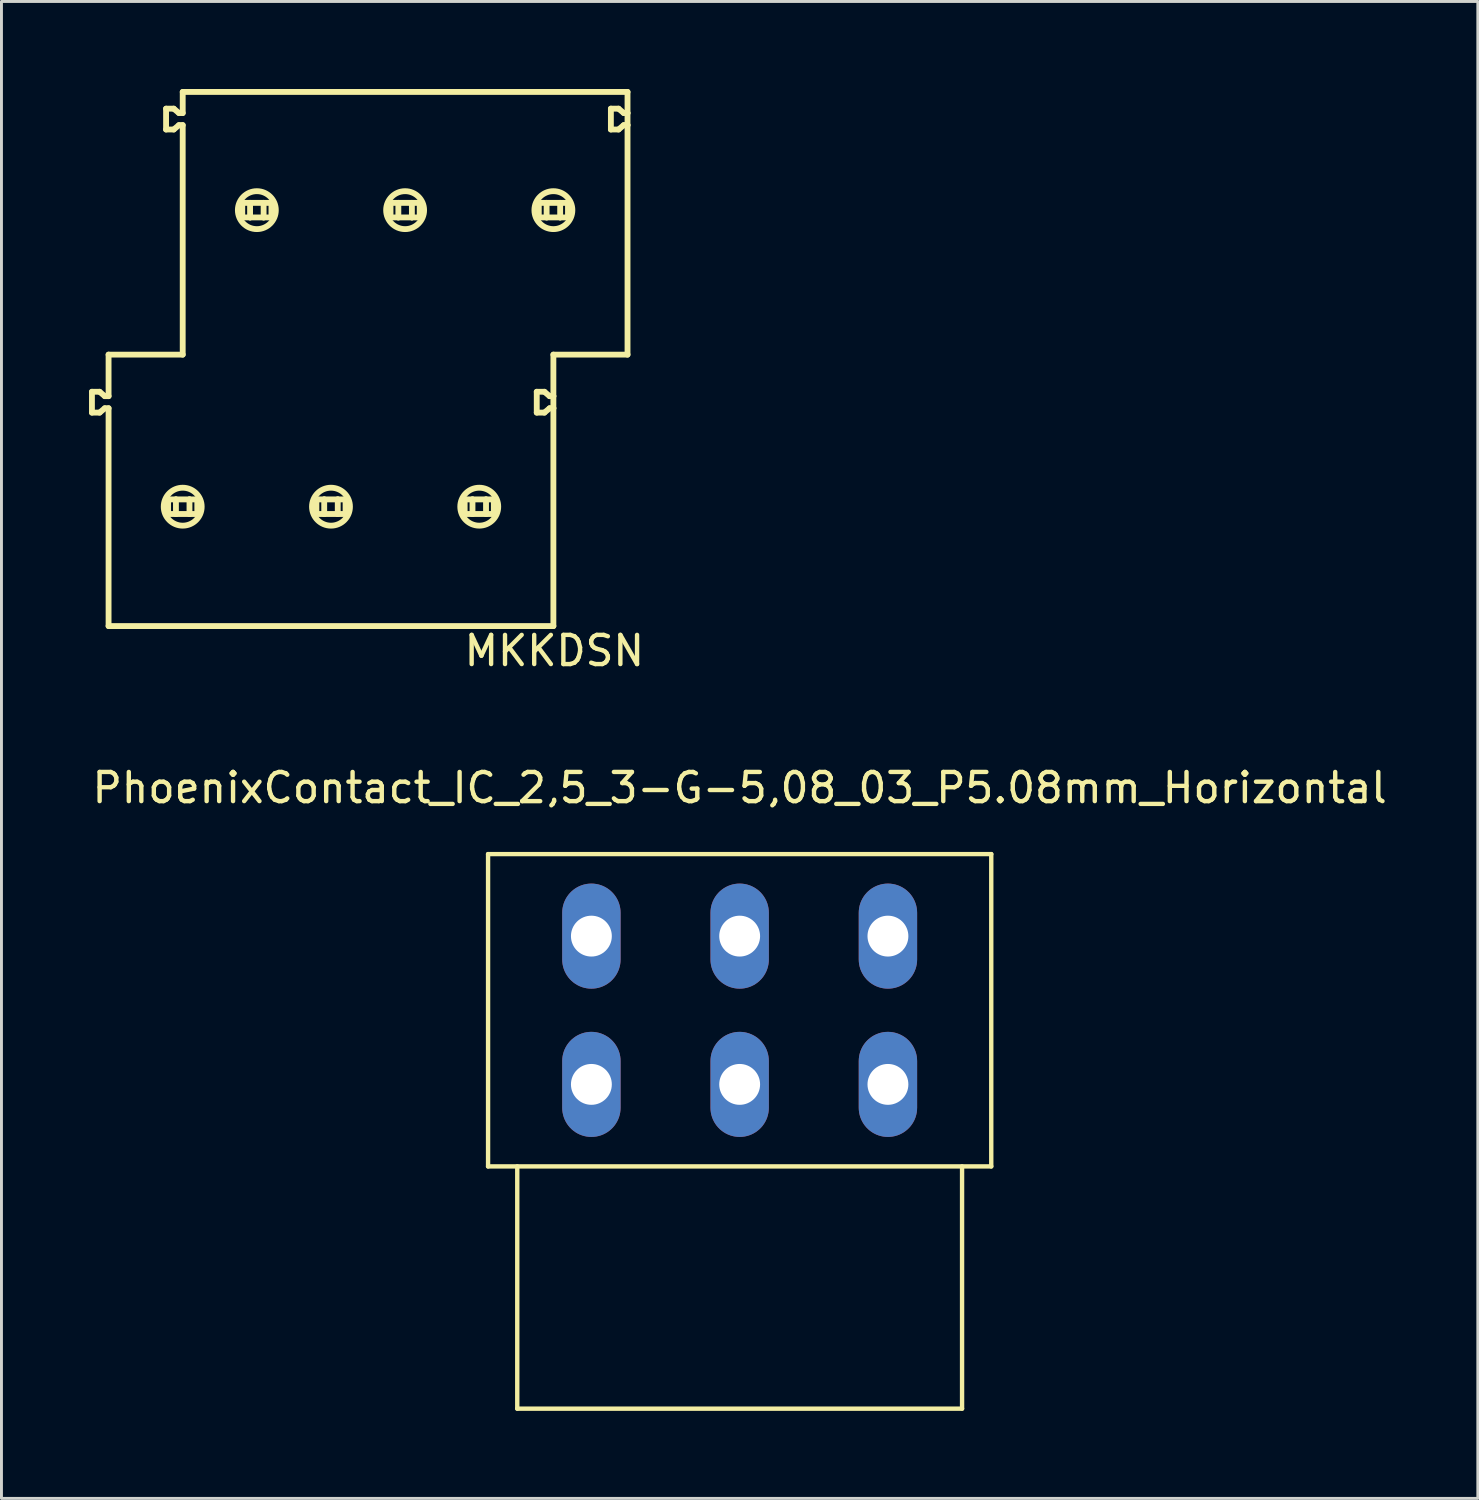
<source format=kicad_pcb>
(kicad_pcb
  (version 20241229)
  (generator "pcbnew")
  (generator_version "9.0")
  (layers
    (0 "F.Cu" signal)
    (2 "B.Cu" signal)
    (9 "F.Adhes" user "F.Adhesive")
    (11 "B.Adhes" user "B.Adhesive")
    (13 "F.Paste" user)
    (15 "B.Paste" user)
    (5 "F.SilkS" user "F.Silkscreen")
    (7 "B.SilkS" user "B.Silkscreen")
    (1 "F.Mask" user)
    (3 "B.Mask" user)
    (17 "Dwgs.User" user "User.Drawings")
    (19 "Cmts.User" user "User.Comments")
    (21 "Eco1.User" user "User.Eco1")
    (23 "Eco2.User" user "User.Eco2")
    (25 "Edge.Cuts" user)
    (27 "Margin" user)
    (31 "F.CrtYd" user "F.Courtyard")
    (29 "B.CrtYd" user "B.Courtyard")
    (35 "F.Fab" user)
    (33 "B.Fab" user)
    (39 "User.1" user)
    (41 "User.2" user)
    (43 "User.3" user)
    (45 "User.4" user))
  (footprint "MKKDSN"
    (layer "F.Cu")
    (at 10.863 9.087)
    (property "Reference" "MKKDSN" (at 5.08 10.16 0) (layer "F.SilkS") (effects (font (size 1 1) (thickness 0.15))))
    (attr through_hole)
    (fp_line (start -10.763 1.286) (end -10.763 2) (stroke (width 0.2) (type solid)) (layer "F.SilkS"))
    (fp_line (start -10.763 2) (end -10.5 2) (stroke (width 0.2) (type solid)) (layer "F.SilkS"))
    (fp_line (start -10.5 1.286) (end -10.763 1.286) (stroke (width 0.2) (type solid)) (layer "F.SilkS"))
    (fp_line (start -10.5 2) (end -10.322 1.85) (stroke (width 0.2) (type solid)) (layer "F.SilkS"))
    (fp_line (start -10.322 1.436) (end -10.5 1.286) (stroke (width 0.2) (type solid)) (layer "F.SilkS"))
    (fp_line (start -10.322 1.85) (end -10.193 1.85) (stroke (width 0.2) (type solid)) (layer "F.SilkS"))
    (fp_line (start -10.193 0.013) (end -7.653 0.013) (stroke (width 0.2) (type solid)) (layer "F.SilkS"))
    (fp_line (start -10.193 1.436) (end -10.322 1.436) (stroke (width 0.2) (type solid)) (layer "F.SilkS"))
    (fp_line (start -10.193 1.436) (end -10.193 0.013) (stroke (width 0.2) (type solid)) (layer "F.SilkS"))
    (fp_line (start -10.193 9.313) (end -10.193 1.85) (stroke (width 0.2) (type solid)) (layer "F.SilkS"))
    (fp_line (start -10.193 9.313) (end 5.047 9.313) (stroke (width 0.2) (type solid)) (layer "F.SilkS"))
    (fp_line (start -8.223 -8.414) (end -8.223 -7.7) (stroke (width 0.2) (type solid)) (layer "F.SilkS"))
    (fp_line (start -8.223 -7.7) (end -7.96 -7.7) (stroke (width 0.2) (type solid)) (layer "F.SilkS"))
    (fp_line (start -8.153 4.973) (end -7.885 4.973) (stroke (width 0.2) (type solid)) (layer "F.SilkS"))
    (fp_line (start -8.153 5.473) (end -8.153 4.973) (stroke (width 0.2) (type solid)) (layer "F.SilkS"))
    (fp_line (start -7.96 -8.414) (end -8.223 -8.414) (stroke (width 0.2) (type solid)) (layer "F.SilkS"))
    (fp_line (start -7.96 -7.7) (end -7.782 -7.85) (stroke (width 0.2) (type solid)) (layer "F.SilkS"))
    (fp_line (start -7.885 4.973) (end -7.885 5.473) (stroke (width 0.2) (type solid)) (layer "F.SilkS"))
    (fp_line (start -7.885 5.473) (end -8.153 5.473) (stroke (width 0.2) (type solid)) (layer "F.SilkS"))
    (fp_line (start -7.782 -8.264) (end -7.96 -8.414) (stroke (width 0.2) (type solid)) (layer "F.SilkS"))
    (fp_line (start -7.782 -7.85) (end -7.653 -7.85) (stroke (width 0.2) (type solid)) (layer "F.SilkS"))
    (fp_line (start -7.653 -8.264) (end -7.782 -8.264) (stroke (width 0.2) (type solid)) (layer "F.SilkS"))
    (fp_line (start -7.653 -8.264) (end -7.653 -8.987) (stroke (width 0.2) (type solid)) (layer "F.SilkS"))
    (fp_line (start -7.653 0.013) (end -7.653 -7.85) (stroke (width 0.2) (type solid)) (layer "F.SilkS"))
    (fp_line (start -7.421 4.973) (end -7.885 4.973) (stroke (width 0.2) (type solid)) (layer "F.SilkS"))
    (fp_line (start -7.421 4.973) (end -7.153 4.973) (stroke (width 0.2) (type solid)) (layer "F.SilkS"))
    (fp_line (start -7.421 5.473) (end -7.885 5.473) (stroke (width 0.2) (type solid)) (layer "F.SilkS"))
    (fp_line (start -7.421 5.473) (end -7.421 4.973) (stroke (width 0.2) (type solid)) (layer "F.SilkS"))
    (fp_line (start -7.153 4.973) (end -7.153 5.473) (stroke (width 0.2) (type solid)) (layer "F.SilkS"))
    (fp_line (start -7.153 5.473) (end -7.421 5.473) (stroke (width 0.2) (type solid)) (layer "F.SilkS"))
    (fp_line (start -5.613 -5.187) (end -5.345 -5.187) (stroke (width 0.2) (type solid)) (layer "F.SilkS"))
    (fp_line (start -5.613 -4.687) (end -5.613 -5.187) (stroke (width 0.2) (type solid)) (layer "F.SilkS"))
    (fp_line (start -5.345 -5.187) (end -5.345 -4.687) (stroke (width 0.2) (type solid)) (layer "F.SilkS"))
    (fp_line (start -5.345 -5.187) (end -4.881 -5.187) (stroke (width 0.2) (type solid)) (layer "F.SilkS"))
    (fp_line (start -5.345 -4.687) (end -5.613 -4.687) (stroke (width 0.2) (type solid)) (layer "F.SilkS"))
    (fp_line (start -4.881 -5.187) (end -4.613 -5.187) (stroke (width 0.2) (type solid)) (layer "F.SilkS"))
    (fp_line (start -4.881 -4.687) (end -5.345 -4.687) (stroke (width 0.2) (type solid)) (layer "F.SilkS"))
    (fp_line (start -4.881 -4.687) (end -4.881 -5.187) (stroke (width 0.2) (type solid)) (layer "F.SilkS"))
    (fp_line (start -4.613 -5.187) (end -4.613 -4.687) (stroke (width 0.2) (type solid)) (layer "F.SilkS"))
    (fp_line (start -4.613 -4.687) (end -4.881 -4.687) (stroke (width 0.2) (type solid)) (layer "F.SilkS"))
    (fp_line (start -3.073 4.973) (end -3.073 5.473) (stroke (width 0.2) (type solid)) (layer "F.SilkS"))
    (fp_line (start -3.073 4.973) (end -2.805 4.973) (stroke (width 0.2) (type solid)) (layer "F.SilkS"))
    (fp_line (start -2.805 5.473) (end -3.073 5.473) (stroke (width 0.2) (type solid)) (layer "F.SilkS"))
    (fp_line (start -2.805 5.473) (end -2.805 4.973) (stroke (width 0.2) (type solid)) (layer "F.SilkS"))
    (fp_line (start -2.341 4.973) (end -2.805 4.973) (stroke (width 0.2) (type solid)) (layer "F.SilkS"))
    (fp_line (start -2.341 4.973) (end -2.341 5.473) (stroke (width 0.2) (type solid)) (layer "F.SilkS"))
    (fp_line (start -2.341 4.973) (end -2.073 4.973) (stroke (width 0.2) (type solid)) (layer "F.SilkS"))
    (fp_line (start -2.341 5.473) (end -2.805 5.473) (stroke (width 0.2) (type solid)) (layer "F.SilkS"))
    (fp_line (start -2.073 5.473) (end -2.341 5.473) (stroke (width 0.2) (type solid)) (layer "F.SilkS"))
    (fp_line (start -2.073 5.473) (end -2.073 4.973) (stroke (width 0.2) (type solid)) (layer "F.SilkS"))
    (fp_line (start -0.533 -5.187) (end -0.533 -4.687) (stroke (width 0.2) (type solid)) (layer "F.SilkS"))
    (fp_line (start -0.533 -5.187) (end -0.265 -5.187) (stroke (width 0.2) (type solid)) (layer "F.SilkS"))
    (fp_line (start -0.265 -5.187) (end 0.199 -5.187) (stroke (width 0.2) (type solid)) (layer "F.SilkS"))
    (fp_line (start -0.265 -4.687) (end -0.533 -4.687) (stroke (width 0.2) (type solid)) (layer "F.SilkS"))
    (fp_line (start -0.265 -4.687) (end -0.265 -5.187) (stroke (width 0.2) (type solid)) (layer "F.SilkS"))
    (fp_line (start -0.265 -4.687) (end 0.199 -4.687) (stroke (width 0.2) (type solid)) (layer "F.SilkS"))
    (fp_line (start 0.199 -5.187) (end 0.467 -5.187) (stroke (width 0.2) (type solid)) (layer "F.SilkS"))
    (fp_line (start 0.199 -4.687) (end 0.199 -5.187) (stroke (width 0.2) (type solid)) (layer "F.SilkS"))
    (fp_line (start 0.467 -5.187) (end 0.467 -4.687) (stroke (width 0.2) (type solid)) (layer "F.SilkS"))
    (fp_line (start 0.467 -4.687) (end 0.199 -4.687) (stroke (width 0.2) (type solid)) (layer "F.SilkS"))
    (fp_line (start 2.007 4.973) (end 2.007 5.473) (stroke (width 0.2) (type solid)) (layer "F.SilkS"))
    (fp_line (start 2.007 4.973) (end 2.275 4.973) (stroke (width 0.2) (type solid)) (layer "F.SilkS"))
    (fp_line (start 2.275 5.473) (end 2.007 5.473) (stroke (width 0.2) (type solid)) (layer "F.SilkS"))
    (fp_line (start 2.275 5.473) (end 2.275 4.973) (stroke (width 0.2) (type solid)) (layer "F.SilkS"))
    (fp_line (start 2.739 4.973) (end 2.275 4.973) (stroke (width 0.2) (type solid)) (layer "F.SilkS"))
    (fp_line (start 2.739 4.973) (end 2.739 5.473) (stroke (width 0.2) (type solid)) (layer "F.SilkS"))
    (fp_line (start 2.739 4.973) (end 3.007 4.973) (stroke (width 0.2) (type solid)) (layer "F.SilkS"))
    (fp_line (start 2.739 5.473) (end 2.275 5.473) (stroke (width 0.2) (type solid)) (layer "F.SilkS"))
    (fp_line (start 3.007 5.473) (end 2.739 5.473) (stroke (width 0.2) (type solid)) (layer "F.SilkS"))
    (fp_line (start 3.007 5.473) (end 3.007 4.973) (stroke (width 0.2) (type solid)) (layer "F.SilkS"))
    (fp_line (start 4.477 1.286) (end 4.477 2) (stroke (width 0.2) (type solid)) (layer "F.SilkS"))
    (fp_line (start 4.477 2) (end 4.74 2) (stroke (width 0.2) (type solid)) (layer "F.SilkS"))
    (fp_line (start 4.547 -5.187) (end 4.547 -4.687) (stroke (width 0.2) (type solid)) (layer "F.SilkS"))
    (fp_line (start 4.547 -5.187) (end 4.815 -5.187) (stroke (width 0.2) (type solid)) (layer "F.SilkS"))
    (fp_line (start 4.74 1.286) (end 4.477 1.286) (stroke (width 0.2) (type solid)) (layer "F.SilkS"))
    (fp_line (start 4.74 1.286) (end 4.918 1.436) (stroke (width 0.2) (type solid)) (layer "F.SilkS"))
    (fp_line (start 4.815 -4.687) (end 4.547 -4.687) (stroke (width 0.2) (type solid)) (layer "F.SilkS"))
    (fp_line (start 4.815 -4.687) (end 4.815 -5.187) (stroke (width 0.2) (type solid)) (layer "F.SilkS"))
    (fp_line (start 4.815 -4.687) (end 5.279 -4.687) (stroke (width 0.2) (type solid)) (layer "F.SilkS"))
    (fp_line (start 4.918 1.85) (end 4.74 2) (stroke (width 0.2) (type solid)) (layer "F.SilkS"))
    (fp_line (start 4.918 1.85) (end 5.047 1.85) (stroke (width 0.2) (type solid)) (layer "F.SilkS"))
    (fp_line (start 5.047 1.436) (end 4.918 1.436) (stroke (width 0.2) (type solid)) (layer "F.SilkS"))
    (fp_line (start 5.047 1.436) (end 5.047 0.013) (stroke (width 0.2) (type solid)) (layer "F.SilkS"))
    (fp_line (start 5.047 1.436) (end 5.047 1.85) (stroke (width 0.2) (type solid)) (layer "F.SilkS"))
    (fp_line (start 5.047 9.313) (end 5.047 1.85) (stroke (width 0.2) (type solid)) (layer "F.SilkS"))
    (fp_line (start 5.279 -5.187) (end 4.815 -5.187) (stroke (width 0.2) (type solid)) (layer "F.SilkS"))
    (fp_line (start 5.279 -5.187) (end 5.279 -4.687) (stroke (width 0.2) (type solid)) (layer "F.SilkS"))
    (fp_line (start 5.279 -5.187) (end 5.547 -5.187) (stroke (width 0.2) (type solid)) (layer "F.SilkS"))
    (fp_line (start 5.547 -4.687) (end 5.279 -4.687) (stroke (width 0.2) (type solid)) (layer "F.SilkS"))
    (fp_line (start 5.547 -4.687) (end 5.547 -5.187) (stroke (width 0.2) (type solid)) (layer "F.SilkS"))
    (fp_line (start 7.017 -8.414) (end 7.017 -7.7) (stroke (width 0.2) (type solid)) (layer "F.SilkS"))
    (fp_line (start 7.017 -7.7) (end 7.28 -7.7) (stroke (width 0.2) (type solid)) (layer "F.SilkS"))
    (fp_line (start 7.28 -8.414) (end 7.017 -8.414) (stroke (width 0.2) (type solid)) (layer "F.SilkS"))
    (fp_line (start 7.28 -8.414) (end 7.458 -8.264) (stroke (width 0.2) (type solid)) (layer "F.SilkS"))
    (fp_line (start 7.458 -7.85) (end 7.28 -7.7) (stroke (width 0.2) (type solid)) (layer "F.SilkS"))
    (fp_line (start 7.458 -7.85) (end 7.587 -7.85) (stroke (width 0.2) (type solid)) (layer "F.SilkS"))
    (fp_line (start 7.587 -8.987) (end -7.653 -8.987) (stroke (width 0.2) (type solid)) (layer "F.SilkS"))
    (fp_line (start 7.587 -8.264) (end 7.458 -8.264) (stroke (width 0.2) (type solid)) (layer "F.SilkS"))
    (fp_line (start 7.587 -8.264) (end 7.587 -8.987) (stroke (width 0.2) (type solid)) (layer "F.SilkS"))
    (fp_line (start 7.587 -8.264) (end 7.587 -7.85) (stroke (width 0.2) (type solid)) (layer "F.SilkS"))
    (fp_line (start 7.587 0.013) (end 5.047 0.013) (stroke (width 0.2) (type solid)) (layer "F.SilkS"))
    (fp_line (start 7.587 0.013) (end 7.587 -7.85) (stroke (width 0.2) (type solid)) (layer "F.SilkS"))
    (fp_circle (center -7.653 5.223) (end -7.003 5.223) (stroke (width 0.2) (type solid)) (fill no) (layer "F.SilkS"))
    (fp_circle (center -5.113 -4.937) (end -4.463 -4.937) (stroke (width 0.2) (type solid)) (fill no) (layer "F.SilkS"))
    (fp_circle (center -2.573 5.223) (end -1.923 5.223) (stroke (width 0.2) (type solid)) (fill no) (layer "F.SilkS"))
    (fp_circle (center -0.033 -4.937) (end 0.617 -4.937) (stroke (width 0.2) (type solid)) (fill no) (layer "F.SilkS"))
    (fp_circle (center 2.507 5.223) (end 3.157 5.223) (stroke (width 0.2) (type solid)) (fill no) (layer "F.SilkS"))
    (fp_circle (center 5.047 -4.937) (end 5.697 -4.937) (stroke (width 0.2) (type solid)) (fill no) (layer "F.SilkS")))
  (footprint "PhoenixContact_IC_2,5_3-G-5,08_03_P5.08mm_Horizontal"
    (layer "F.Cu")
    (at 22.292 31.563)
    (property "Reference" "PhoenixContact_IC_2,5_3-G-5,08_03_P5.08mm_Horizontal" (at 0 -7.62 0) (layer "F.SilkS") (effects (font (size 1 1) (thickness 0.15))))
    (attr through_hole)
    (fp_line (start -8.62 -5.35) (end 8.62 -5.35) (stroke (width 0.15) (type solid)) (layer "F.SilkS"))
    (fp_line (start -8.62 5.35) (end -8.62 -5.35) (stroke (width 0.15) (type solid)) (layer "F.SilkS"))
    (fp_line (start -7.62 5.35) (end -7.62 13.65) (stroke (width 0.15) (type solid)) (layer "F.SilkS"))
    (fp_line (start -7.62 13.65) (end 7.62 13.65) (stroke (width 0.15) (type solid)) (layer "F.SilkS"))
    (fp_line (start 7.62 13.65) (end 7.62 5.35) (stroke (width 0.15) (type solid)) (layer "F.SilkS"))
    (fp_line (start 8.62 -5.35) (end 8.62 5.35) (stroke (width 0.15) (type solid)) (layer "F.SilkS"))
    (fp_line (start 8.62 5.35) (end -8.62 5.35) (stroke (width 0.15) (type solid)) (layer "F.SilkS"))
    (pad "1" thru_hole oval (at -5.08 -2.54) (size 2 3.6) (drill 1.4) (layers "*.Cu" "*.Mask"))
    (pad "1" thru_hole oval (at -5.08 2.54) (size 2 3.6) (drill 1.4) (layers "*.Cu" "*.Mask"))
    (pad "2" thru_hole oval (at 0 -2.54) (size 2 3.6) (drill 1.4) (layers "*.Cu" "*.Mask"))
    (pad "2" thru_hole oval (at 0 2.54) (size 2 3.6) (drill 1.4) (layers "*.Cu" "*.Mask"))
    (pad "3" thru_hole oval (at 5.08 -2.54) (size 2 3.6) (drill 1.4) (layers "*.Cu" "*.Mask"))
    (pad "3" thru_hole oval (at 5.08 2.54) (size 2 3.6) (drill 1.4) (layers "*.Cu" "*.Mask")))
  (gr_rect
    (start -3 -3)
    (end 47.583 48.288)
    (stroke (width 0.1) (type default))
    (fill no)
    (layer "Edge.Cuts")))
</source>
